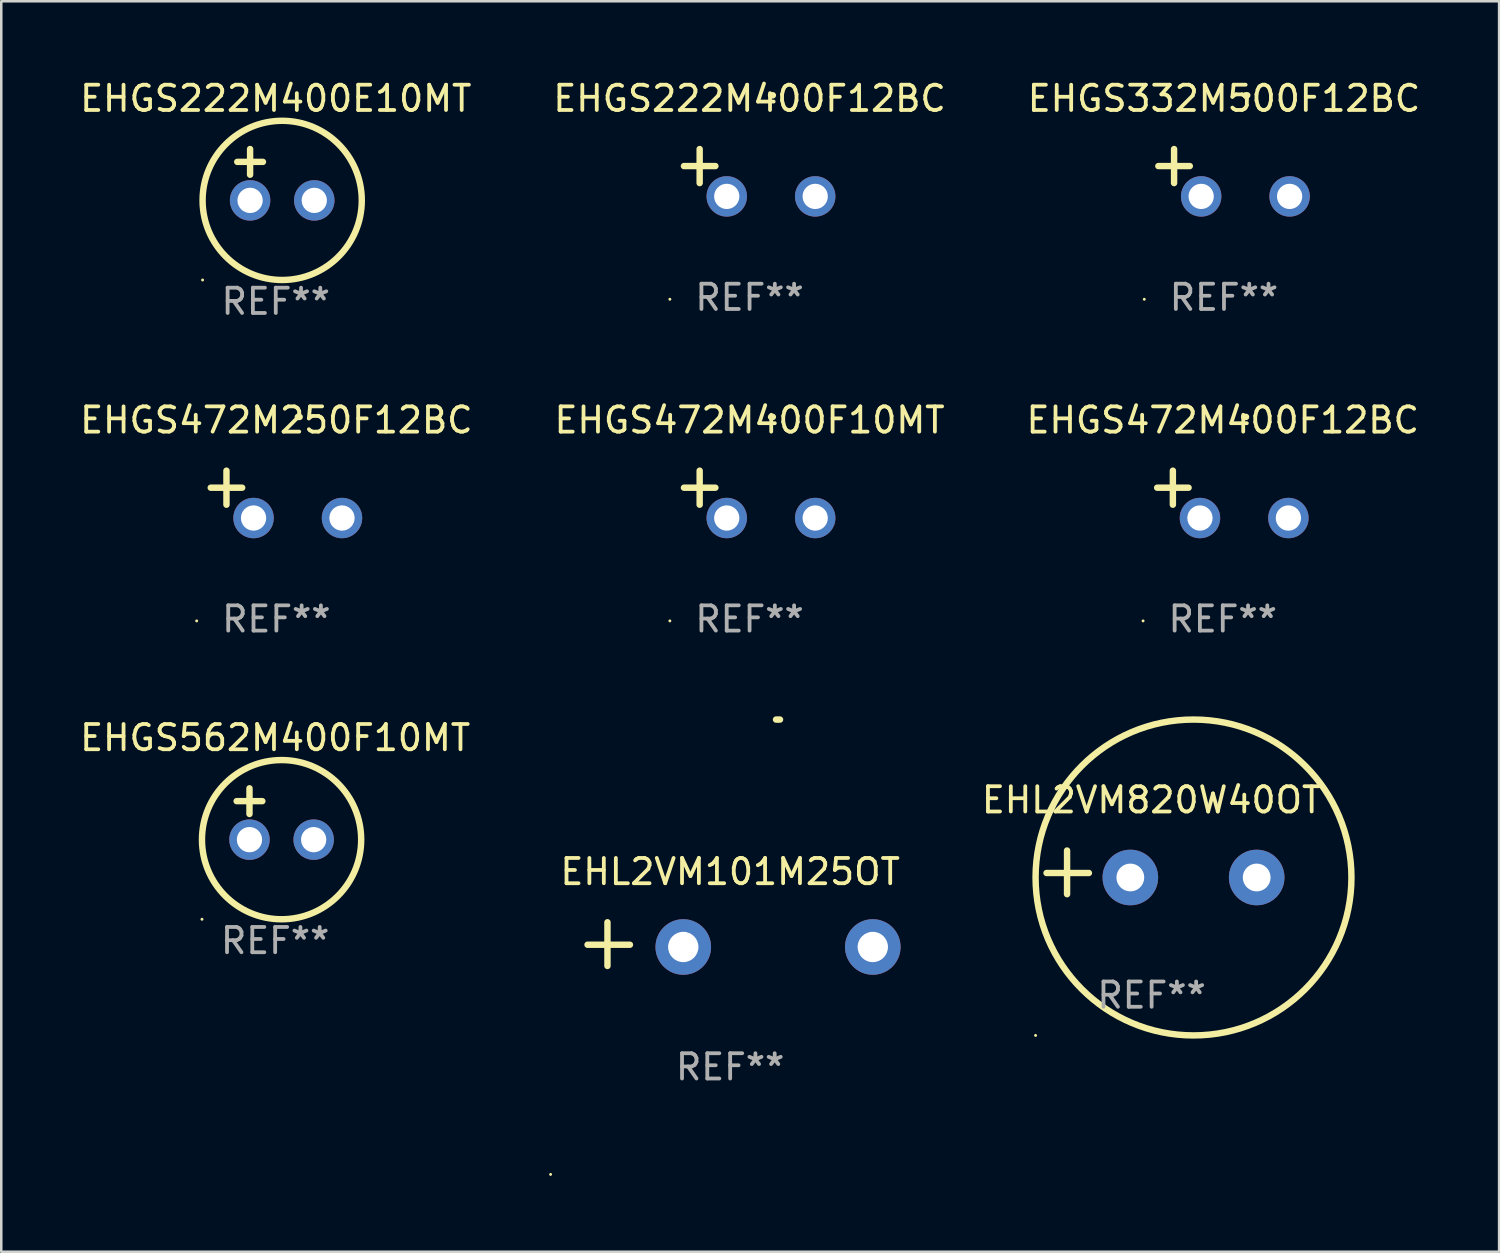
<source format=kicad_pcb>
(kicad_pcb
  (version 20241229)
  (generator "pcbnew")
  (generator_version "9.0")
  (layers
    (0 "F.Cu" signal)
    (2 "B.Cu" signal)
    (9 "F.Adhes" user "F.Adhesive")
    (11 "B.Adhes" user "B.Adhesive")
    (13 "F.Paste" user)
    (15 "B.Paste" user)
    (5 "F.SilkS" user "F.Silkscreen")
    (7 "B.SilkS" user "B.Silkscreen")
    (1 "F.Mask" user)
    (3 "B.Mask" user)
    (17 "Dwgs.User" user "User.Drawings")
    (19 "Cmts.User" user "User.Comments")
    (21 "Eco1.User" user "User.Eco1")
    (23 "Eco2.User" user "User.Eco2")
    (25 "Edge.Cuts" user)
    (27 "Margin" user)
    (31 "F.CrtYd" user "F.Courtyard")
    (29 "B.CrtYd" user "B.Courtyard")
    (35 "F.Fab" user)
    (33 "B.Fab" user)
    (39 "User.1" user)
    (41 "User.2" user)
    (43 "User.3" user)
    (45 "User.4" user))
  (footprint "EHGS222M400E10MT"
    (layer "F.Cu")
    (at 7.863 3.864)
    (property "Reference" "EHGS222M400E10MT" (at 0 -3.016 0) (layer "F.SilkS") (effects (font (size 1 1) (thickness 0.15))))
    (attr through_hole)
    (fp_line (start -1.524 -0.508) (end -0.508 -0.508) (stroke (width 0.254) (type solid)) (layer "F.SilkS"))
    (fp_line (start -1.016 -1.016) (end -1.016 0) (stroke (width 0.254) (type solid)) (layer "F.SilkS"))
    (fp_circle (center -2.896 4.166) (end -2.866 4.166) (stroke (width 0.06) (type solid)) (fill no) (layer "F.SilkS"))
    (fp_circle (center 0.254 1.016) (end 3.404 1.016) (stroke (width 0.254) (type solid)) (fill no) (layer "F.SilkS"))
    (fp_text user "REF**" (at 0 5.016 0) (layer "F.Fab") (effects (font (size 1 1) (thickness 0.15))))
    (pad "1" thru_hole circle (at -1.016 1.016) (size 1.6 1.6) (drill 1) (layers "*.Cu" "*.Mask"))
    (pad "2" thru_hole circle (at 1.524 1.016) (size 1.6 1.6) (drill 1) (layers "*.Cu" "*.Mask")))
  (footprint "EHGS472M250F12BC"
    (layer "F.Cu")
    (at 7.887 16.513)
    (property "Reference" "EHGS472M250F12BC" (at 0 -2.937 0) (layer "F.SilkS") (effects (font (size 1 1) (thickness 0.15))))
    (attr through_hole)
    (fp_line (start -1.975 0.41) (end -1.975 -0.937) (stroke (width 0.254) (type solid)) (layer "F.SilkS"))
    (fp_line (start -1.353 -0.263) (end -2.597 -0.263) (stroke (width 0.254) (type solid)) (layer "F.SilkS"))
    (fp_arc (start 0.849809 -3.063957) (mid 0.885369 -3.064114) (end 0.920929 -3.063957) (stroke (width 0.254001) (type solid)) (layer "F.SilkS"))
    (fp_circle (center -3.154 5.008) (end -3.124 5.008) (stroke (width 0.06) (type solid)) (fill no) (layer "F.SilkS"))
    (fp_text user "REF**" (at 0 4.937 0) (layer "F.Fab") (effects (font (size 1 1) (thickness 0.15))))
    (pad "1" thru_hole circle (at -0.903 0.937) (size 1.6 1.6) (drill 1) (layers "*.Cu" "*.Mask"))
    (pad "2" thru_hole circle (at 2.597 0.937) (size 1.6 1.6) (drill 1) (layers "*.Cu" "*.Mask")))
  (footprint "EHGS222M400F12BC"
    (layer "F.Cu")
    (at 26.613 3.785)
    (property "Reference" "EHGS222M400F12BC" (at 0 -2.937 0) (layer "F.SilkS") (effects (font (size 1 1) (thickness 0.15))))
    (attr through_hole)
    (fp_line (start -1.975 0.41) (end -1.975 -0.937) (stroke (width 0.254) (type solid)) (layer "F.SilkS"))
    (fp_line (start -1.353 -0.263) (end -2.597 -0.263) (stroke (width 0.254) (type solid)) (layer "F.SilkS"))
    (fp_arc (start 0.849809 -3.063957) (mid 0.885369 -3.064114) (end 0.920929 -3.063957) (stroke (width 0.254001) (type solid)) (layer "F.SilkS"))
    (fp_circle (center -3.154 5.008) (end -3.124 5.008) (stroke (width 0.06) (type solid)) (fill no) (layer "F.SilkS"))
    (fp_text user "REF**" (at 0 4.937 0) (layer "F.Fab") (effects (font (size 1 1) (thickness 0.15))))
    (pad "1" thru_hole circle (at -0.903 0.937) (size 1.6 1.6) (drill 1) (layers "*.Cu" "*.Mask"))
    (pad "2" thru_hole circle (at 2.597 0.937) (size 1.6 1.6) (drill 1) (layers "*.Cu" "*.Mask")))
  (footprint "EHGS472M400F10MT"
    (layer "F.Cu")
    (at 26.613 16.513)
    (property "Reference" "EHGS472M400F10MT" (at 0 -2.937 0) (layer "F.SilkS") (effects (font (size 1 1) (thickness 0.15))))
    (attr through_hole)
    (fp_line (start -1.975 0.41) (end -1.975 -0.937) (stroke (width 0.254) (type solid)) (layer "F.SilkS"))
    (fp_line (start -1.353 -0.263) (end -2.597 -0.263) (stroke (width 0.254) (type solid)) (layer "F.SilkS"))
    (fp_arc (start 0.849809 -3.063957) (mid 0.885369 -3.064114) (end 0.920929 -3.063957) (stroke (width 0.254001) (type solid)) (layer "F.SilkS"))
    (fp_circle (center -3.154 5.008) (end -3.124 5.008) (stroke (width 0.06) (type solid)) (fill no) (layer "F.SilkS"))
    (fp_text user "REF**" (at 0 4.937 0) (layer "F.Fab") (effects (font (size 1 1) (thickness 0.15))))
    (pad "1" thru_hole circle (at -0.903 0.937) (size 1.6 1.6) (drill 1) (layers "*.Cu" "*.Mask"))
    (pad "2" thru_hole circle (at 2.597 0.937) (size 1.6 1.6) (drill 1) (layers "*.Cu" "*.Mask")))
  (footprint "EHGS472M400F12BC"
    (layer "F.Cu")
    (at 45.339 16.513)
    (property "Reference" "EHGS472M400F12BC" (at 0 -2.937 0) (layer "F.SilkS") (effects (font (size 1 1) (thickness 0.15))))
    (attr through_hole)
    (fp_line (start -1.975 0.41) (end -1.975 -0.937) (stroke (width 0.254) (type solid)) (layer "F.SilkS"))
    (fp_line (start -1.353 -0.263) (end -2.597 -0.263) (stroke (width 0.254) (type solid)) (layer "F.SilkS"))
    (fp_arc (start 0.849809 -3.063957) (mid 0.885369 -3.064114) (end 0.920929 -3.063957) (stroke (width 0.254001) (type solid)) (layer "F.SilkS"))
    (fp_circle (center -3.154 5.008) (end -3.124 5.008) (stroke (width 0.06) (type solid)) (fill no) (layer "F.SilkS"))
    (fp_text user "REF**" (at 0 4.937 0) (layer "F.Fab") (effects (font (size 1 1) (thickness 0.15))))
    (pad "1" thru_hole circle (at -0.903 0.937) (size 1.6 1.6) (drill 1) (layers "*.Cu" "*.Mask"))
    (pad "2" thru_hole circle (at 2.597 0.937) (size 1.6 1.6) (drill 1) (layers "*.Cu" "*.Mask")))
  (footprint "EHGS332M500F12BC"
    (layer "F.Cu")
    (at 45.387 3.785)
    (property "Reference" "EHGS332M500F12BC" (at 0 -2.937 0) (layer "F.SilkS") (effects (font (size 1 1) (thickness 0.15))))
    (attr through_hole)
    (fp_line (start -1.975 0.41) (end -1.975 -0.937) (stroke (width 0.254) (type solid)) (layer "F.SilkS"))
    (fp_line (start -1.353 -0.263) (end -2.597 -0.263) (stroke (width 0.254) (type solid)) (layer "F.SilkS"))
    (fp_arc (start 0.849809 -3.063957) (mid 0.885369 -3.064114) (end 0.920929 -3.063957) (stroke (width 0.254001) (type solid)) (layer "F.SilkS"))
    (fp_circle (center -3.154 5.008) (end -3.124 5.008) (stroke (width 0.06) (type solid)) (fill no) (layer "F.SilkS"))
    (fp_text user "REF**" (at 0 4.937 0) (layer "F.Fab") (effects (font (size 1 1) (thickness 0.15))))
    (pad "1" thru_hole circle (at -0.903 0.937) (size 1.6 1.6) (drill 1) (layers "*.Cu" "*.Mask"))
    (pad "2" thru_hole circle (at 2.597 0.937) (size 1.6 1.6) (drill 1) (layers "*.Cu" "*.Mask")))
  (footprint "EHL2VM101M25OT"
    (layer "F.Cu")
    (at 25.845 34.311)
    (property "Reference" "EHL2VM101M25OT" (at 0 -2.864 0) (layer "F.SilkS") (effects (font (size 1 1) (thickness 0.15))))
    (attr through_hole)
    (fp_line (start -4.856 0.864) (end -4.856 -0.864) (stroke (width 0.254) (type solid)) (layer "F.SilkS"))
    (fp_line (start -3.967 0.025) (end -5.644 0.025) (stroke (width 0.254) (type solid)) (layer "F.SilkS"))
    (fp_arc (start 1.815024 -8.885649) (mid 1.893764 -8.88599) (end 1.972504 -8.885649) (stroke (width 0.254001) (type solid)) (layer "F.SilkS"))
    (fp_circle (center -7.106 9.114) (end -7.076 9.114) (stroke (width 0.06) (type solid)) (fill no) (layer "F.SilkS"))
    (fp_text user "REF**" (at 0 4.864 0) (layer "F.Fab") (effects (font (size 1 1) (thickness 0.15))))
    (pad "1" thru_hole circle (at -1.856 0.114) (size 2.2 2.2) (drill 1.2) (layers "*.Cu" "*.Mask"))
    (pad "2" thru_hole circle (at 5.644 0.114) (size 2.2 2.2) (drill 1.2) (layers "*.Cu" "*.Mask")))
  (footprint "EHGS562M400F10MT"
    (layer "F.Cu")
    (at 7.839 29.162)
    (property "Reference" "EHGS562M400F10MT" (at 0 -3.016 0) (layer "F.SilkS") (effects (font (size 1 1) (thickness 0.15))))
    (attr through_hole)
    (fp_line (start -1.524 -0.508) (end -0.508 -0.508) (stroke (width 0.254) (type solid)) (layer "F.SilkS"))
    (fp_line (start -1.016 -1.016) (end -1.016 0) (stroke (width 0.254) (type solid)) (layer "F.SilkS"))
    (fp_circle (center -2.896 4.166) (end -2.866 4.166) (stroke (width 0.06) (type solid)) (fill no) (layer "F.SilkS"))
    (fp_circle (center 0.254 1.016) (end 3.404 1.016) (stroke (width 0.254) (type solid)) (fill no) (layer "F.SilkS"))
    (fp_text user "REF**" (at 0 5.016 0) (layer "F.Fab") (effects (font (size 1 1) (thickness 0.15))))
    (pad "1" thru_hole circle (at -1.016 1.016) (size 1.6 1.6) (drill 1) (layers "*.Cu" "*.Mask"))
    (pad "2" thru_hole circle (at 1.524 1.016) (size 1.6 1.6) (drill 1) (layers "*.Cu" "*.Mask")))
  (footprint "EHL2VM820W40OT"
    (layer "F.Cu")
    (at 42.523 31.472)
    (property "Reference" "EHL2VM820W40OT" (at 0 -2.864 0) (layer "F.SilkS") (effects (font (size 1 1) (thickness 0.15))))
    (attr through_hole)
    (fp_line (start -3.346 0.864) (end -3.346 -0.864) (stroke (width 0.254) (type solid)) (layer "F.SilkS"))
    (fp_line (start -2.482 0.025) (end -4.158 0.025) (stroke (width 0.254) (type solid)) (layer "F.SilkS"))
    (fp_circle (center -4.592 6.453) (end -4.562 6.453) (stroke (width 0.06) (type solid)) (fill no) (layer "F.SilkS"))
    (fp_circle (center 1.658 0.203) (end 7.908 0.203) (stroke (width 0.254) (type solid)) (fill no) (layer "F.SilkS"))
    (fp_text user "REF**" (at 0 4.864 0) (layer "F.Fab") (effects (font (size 1 1) (thickness 0.15))))
    (pad "1" thru_hole circle (at -0.842 0.203) (size 2.2 2.2) (drill 1.1) (layers "*.Cu" "*.Mask"))
    (pad "2" thru_hole circle (at 4.158 0.203) (size 2.2 2.2) (drill 1.1) (layers "*.Cu" "*.Mask")))
  (gr_rect
    (start -3 -3)
    (end 56.274 46.485)
    (stroke (width 0.1) (type default))
    (fill no)
    (layer "Edge.Cuts")))
</source>
